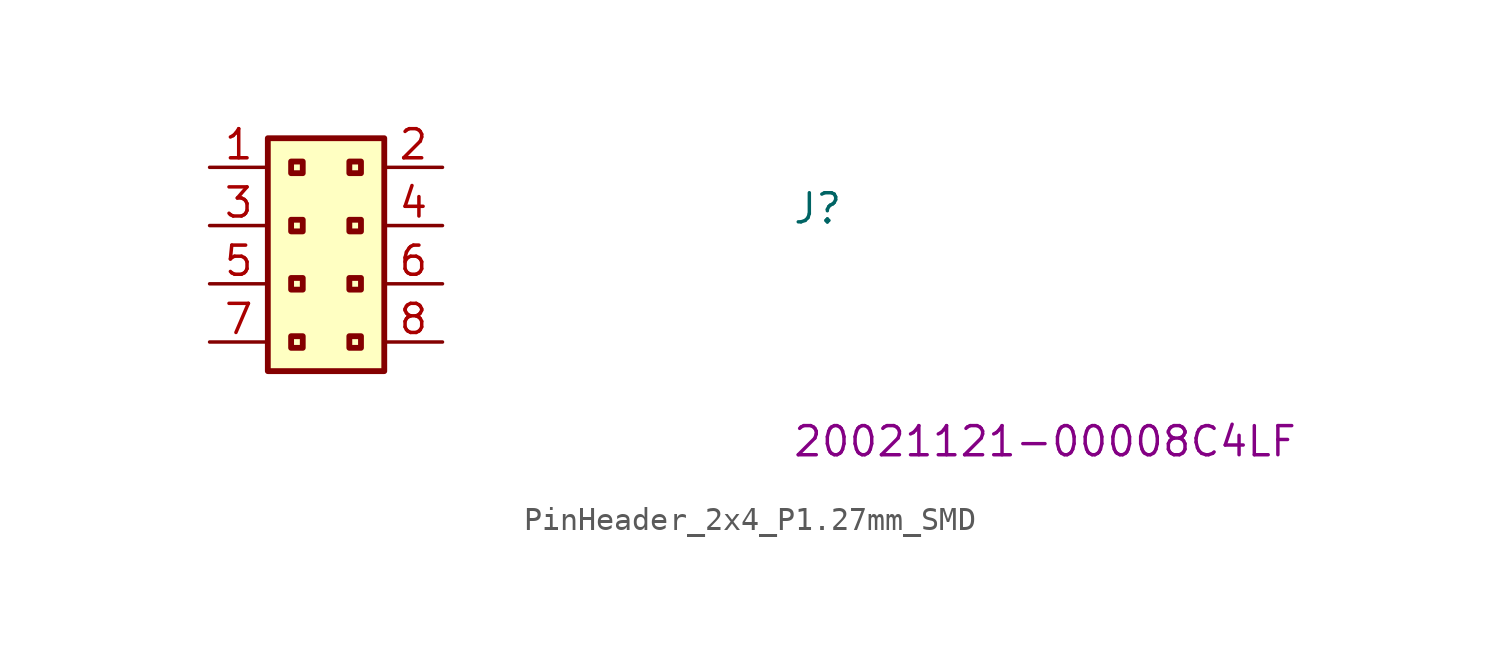
<source format=kicad_sym>
(kicad_symbol_lib
  (version 20220914)
  (generator kicad_symbol_editor)
  (symbol "PinHeader_2x4_P1.27mm_SMD"
    (property "Reference" "J"
      (at 25.4 -2.54 0)
      (effects (font (size 1.27 1.27) (thickness 0.15)) (justify left bottom)))
    (property "MPN" "20021121-00008C4LF"
      (at 25.4 -12.7 0)
      (effects (font (size 1.27 1.27) (thickness 0.15)) (justify left bottom)))
    (symbol "PinHeader_2x4_P1.27mm_SMD_1_1"
      (rectangle (start 2.54 1.27) (end 7.62 -8.89) (stroke (width 0.254) (type default)) (fill (type background)))
      (rectangle (start 3.556 -7.366) (end 4.064 -7.874) (stroke (width 0.254) (type default)) (fill (type background)))
      (rectangle (start 3.556 -4.826) (end 4.064 -5.334) (stroke (width 0.254) (type default)) (fill (type background)))
      (rectangle (start 3.556 -2.286) (end 4.064 -2.794) (stroke (width 0.254) (type default)) (fill (type background)))
      (rectangle (start 3.556 0.254) (end 4.064 -0.254) (stroke (width 0.254) (type default)) (fill (type background)))
      (rectangle (start 6.096 -7.366) (end 6.604 -7.874) (stroke (width 0.254) (type default)) (fill (type background)))
      (rectangle (start 6.096 -4.826) (end 6.604 -5.334) (stroke (width 0.254) (type default)) (fill (type background)))
      (rectangle (start 6.096 -2.286) (end 6.604 -2.794) (stroke (width 0.254) (type default)) (fill (type background)))
      (rectangle (start 6.096 0.254) (end 6.604 -0.254) (stroke (width 0.254) (type default)) (fill (type background)))
      (pin passive line (at 0 0 0) (length 2.54) (name "~" (effects (font (size 1.27 1.27)))) (number "1" (effects (font (size 1.27 1.27)))))
      (pin passive line (at 10.16 0 180) (length 2.54) (name "~" (effects (font (size 1.27 1.27)))) (number "2" (effects (font (size 1.27 1.27)))))
      (pin passive line (at 0 -2.54 0) (length 2.54) (name "~" (effects (font (size 1.27 1.27)))) (number "3" (effects (font (size 1.27 1.27)))))
      (pin passive line (at 10.16 -2.54 180) (length 2.54) (name "~" (effects (font (size 1.27 1.27)))) (number "4" (effects (font (size 1.27 1.27)))))
      (pin passive line (at 0 -5.08 0) (length 2.54) (name "~" (effects (font (size 1.27 1.27)))) (number "5" (effects (font (size 1.27 1.27)))))
      (pin passive line (at 10.16 -5.08 180) (length 2.54) (name "~" (effects (font (size 1.27 1.27)))) (number "6" (effects (font (size 1.27 1.27)))))
      (pin passive line (at 0 -7.62 0) (length 2.54) (name "~" (effects (font (size 1.27 1.27)))) (number "7" (effects (font (size 1.27 1.27)))))
      (pin passive line (at 10.16 -7.62 180) (length 2.54) (name "~" (effects (font (size 1.27 1.27)))) (number "8" (effects (font (size 1.27 1.27))))))))
</source>
